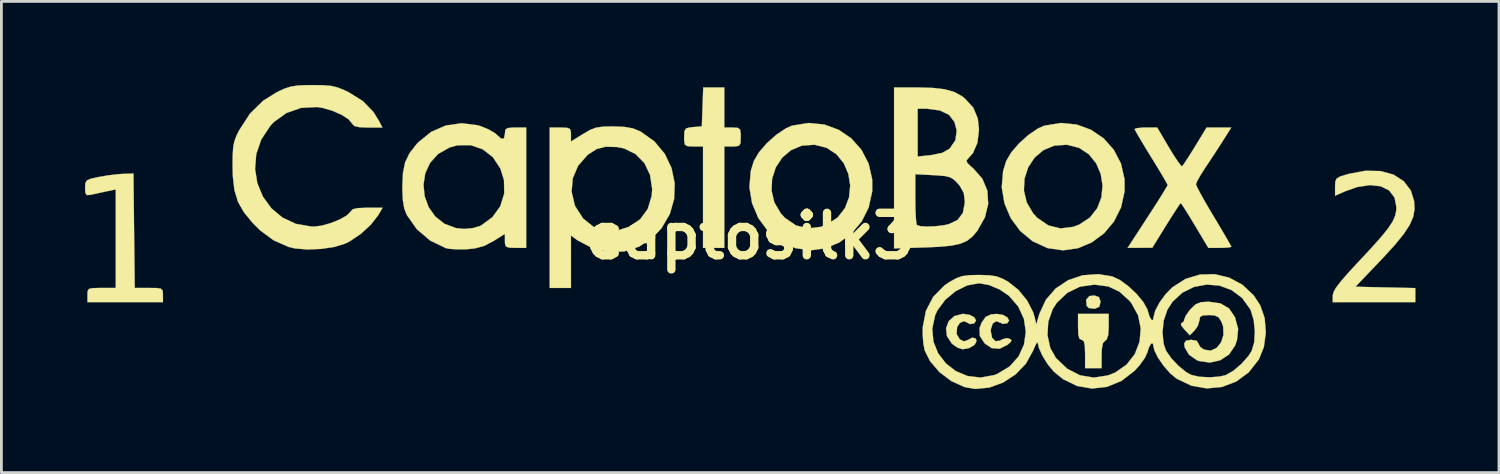
<source format=kicad_pcb>
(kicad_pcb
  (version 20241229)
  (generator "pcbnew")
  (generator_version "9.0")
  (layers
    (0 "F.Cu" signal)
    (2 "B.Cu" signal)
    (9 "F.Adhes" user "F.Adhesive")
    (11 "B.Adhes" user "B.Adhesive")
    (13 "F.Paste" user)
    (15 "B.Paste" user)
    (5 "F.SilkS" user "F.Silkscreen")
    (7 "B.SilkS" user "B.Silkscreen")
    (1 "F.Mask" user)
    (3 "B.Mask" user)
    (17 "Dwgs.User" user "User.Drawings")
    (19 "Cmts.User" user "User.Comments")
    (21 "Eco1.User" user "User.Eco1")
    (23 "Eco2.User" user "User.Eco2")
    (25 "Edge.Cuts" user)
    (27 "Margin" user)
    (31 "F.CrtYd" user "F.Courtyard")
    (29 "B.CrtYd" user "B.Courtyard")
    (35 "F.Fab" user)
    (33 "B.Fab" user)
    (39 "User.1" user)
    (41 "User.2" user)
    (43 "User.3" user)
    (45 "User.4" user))
  (footprint "captosilk3"
    (layer "F.Cu")
    (at 23.881 5.424)
    (property "Reference" "captosilk3" (at 0 0 0) (layer "F.SilkS") (effects (font (size 1.524 1.524) (thickness 0.3))))
    (attr through_hole)
    (fp_poly (pts (xy 12.52 2.191) (xy 12.572 2.34) (xy 12.573 2.371) (xy 12.533 2.537) (xy 12.383 2.604) (xy 12.351 2.608) (xy 12.15 2.582) (xy 12.078 2.502) (xy 12.06 2.288) (xy 12.174 2.156) (xy 12.351 2.133) (xy 12.52 2.191)) (stroke (width 0.01) (type solid)) (fill yes) (layer "F.SilkS"))
    (fp_poly (pts (xy 12.869 3.251) (xy 12.852 3.552) (xy 12.796 3.715) (xy 12.742 3.756) (xy 12.661 3.847) (xy 12.622 4.059) (xy 12.615 4.273) (xy 12.615 4.741) (xy 12.023 4.741) (xy 12.023 4.233) (xy 12.013 3.938) (xy 11.978 3.78) (xy 11.911 3.726) (xy 11.896 3.725) (xy 11.819 3.684) (xy 11.78 3.537) (xy 11.769 3.26) (xy 11.769 2.794) (xy 12.869 2.794) (xy 12.869 3.251)) (stroke (width 0.01) (type solid)) (fill yes) (layer "F.SilkS"))
    (fp_poly (pts (xy -0.931 -3.895) (xy -0.635 -3.895) (xy -0.445 -3.884) (xy -0.361 -3.821) (xy -0.339 -3.656) (xy -0.339 -3.556) (xy -0.348 -3.339) (xy -0.403 -3.243) (xy -0.548 -3.218) (xy -0.635 -3.217) (xy -0.931 -3.217) (xy -0.931 0.423) (xy -1.693 0.423) (xy -1.693 -3.217) (xy -2.032 -3.217) (xy -2.249 -3.226) (xy -2.345 -3.282) (xy -2.37 -3.436) (xy -2.371 -3.551) (xy -2.36 -3.767) (xy -2.299 -3.866) (xy -2.138 -3.903) (xy -2.053 -3.911) (xy -1.736 -3.937) (xy -1.711 -4.636) (xy -1.686 -5.334) (xy -0.931 -5.334) (xy -0.931 -3.895)) (stroke (width 0.01) (type solid)) (fill yes) (layer "F.SilkS"))
    (fp_poly (pts (xy 9.077 2.832) (xy 9.233 2.922) (xy 9.293 3.034) (xy 9.226 3.134) (xy 9.059 3.152) (xy 9 3.118) (xy 8.835 3.056) (xy 8.706 3.139) (xy 8.639 3.345) (xy 8.636 3.417) (xy 8.683 3.653) (xy 8.804 3.774) (xy 8.969 3.757) (xy 9.027 3.717) (xy 9.196 3.664) (xy 9.291 3.68) (xy 9.381 3.732) (xy 9.352 3.803) (xy 9.24 3.901) (xy 8.954 4.045) (xy 8.667 4.022) (xy 8.42 3.856) (xy 8.244 3.589) (xy 8.234 3.3) (xy 8.31 3.106) (xy 8.453 2.903) (xy 8.643 2.813) (xy 8.858 2.795) (xy 9.077 2.832)) (stroke (width 0.01) (type solid)) (fill yes) (layer "F.SilkS"))
    (fp_poly (pts (xy 7.88 2.83) (xy 8.043 2.918) (xy 8.108 3.029) (xy 8.042 3.134) (xy 8.039 3.136) (xy 7.887 3.16) (xy 7.837 3.129) (xy 7.678 3.055) (xy 7.53 3.113) (xy 7.429 3.268) (xy 7.41 3.483) (xy 7.421 3.536) (xy 7.523 3.708) (xy 7.677 3.78) (xy 7.82 3.728) (xy 7.968 3.647) (xy 8.091 3.674) (xy 8.128 3.765) (xy 8.053 3.907) (xy 7.866 4.018) (xy 7.626 4.064) (xy 7.622 4.064) (xy 7.441 4.006) (xy 7.246 3.867) (xy 7.235 3.856) (xy 7.063 3.589) (xy 7.032 3.308) (xy 7.127 3.056) (xy 7.332 2.871) (xy 7.63 2.794) (xy 7.652 2.794) (xy 7.88 2.83)) (stroke (width 0.01) (type solid)) (fill yes) (layer "F.SilkS"))
    (fp_poly (pts (xy -22.118 -0.191) (xy -22.095 1.863) (xy -21.588 1.863) (xy -21.308 1.866) (xy -21.157 1.889) (xy -21.095 1.953) (xy -21.082 2.077) (xy -21.082 2.117) (xy -21.082 2.371) (xy -23.791 2.371) (xy -23.791 2.117) (xy -23.785 1.976) (xy -23.738 1.9) (xy -23.612 1.869) (xy -23.366 1.863) (xy -23.283 1.863) (xy -22.775 1.863) (xy -22.775 -1.675) (xy -23.135 -1.599) (xy -23.409 -1.54) (xy -23.642 -1.489) (xy -23.686 -1.479) (xy -23.814 -1.47) (xy -23.867 -1.552) (xy -23.876 -1.728) (xy -23.868 -1.894) (xy -23.816 -1.992) (xy -23.682 -2.054) (xy -23.424 -2.114) (xy -23.398 -2.119) (xy -23.046 -2.179) (xy -22.687 -2.221) (xy -22.531 -2.231) (xy -22.14 -2.244) (xy -22.118 -0.191)) (stroke (width 0.01) (type solid)) (fill yes) (layer "F.SilkS"))
    (fp_poly (pts (xy 22.629 -2.333) (xy 23.092 -2.206) (xy 23.459 -1.971) (xy 23.715 -1.636) (xy 23.834 -1.253) (xy 23.85 -0.97) (xy 23.802 -0.694) (xy 23.676 -0.403) (xy 23.46 -0.073) (xy 23.142 0.318) (xy 22.708 0.792) (xy 22.637 0.866) (xy 21.726 1.82) (xy 23.876 1.868) (xy 23.876 2.371) (xy 20.913 2.371) (xy 20.913 2.137) (xy 20.939 2.019) (xy 21.026 1.861) (xy 21.19 1.644) (xy 21.442 1.351) (xy 21.799 0.964) (xy 21.923 0.832) (xy 22.354 0.368) (xy 22.678 0.003) (xy 22.909 -0.287) (xy 23.063 -0.522) (xy 23.152 -0.722) (xy 23.192 -0.909) (xy 23.199 -1.035) (xy 23.13 -1.385) (xy 22.937 -1.637) (xy 22.637 -1.787) (xy 22.248 -1.83) (xy 21.788 -1.759) (xy 21.357 -1.607) (xy 20.997 -1.449) (xy 20.997 -1.772) (xy 21.004 -1.952) (xy 21.05 -2.061) (xy 21.174 -2.136) (xy 21.413 -2.211) (xy 21.49 -2.233) (xy 22.089 -2.344) (xy 22.629 -2.333)) (stroke (width 0.01) (type solid)) (fill yes) (layer "F.SilkS"))
    (fp_poly (pts (xy 16.877 2.416) (xy 17.189 2.598) (xy 17.4 2.91) (xy 17.406 2.925) (xy 17.516 3.337) (xy 17.476 3.733) (xy 17.406 3.933) (xy 17.19 4.249) (xy 16.874 4.458) (xy 16.501 4.542) (xy 16.115 4.486) (xy 16.03 4.453) (xy 15.753 4.259) (xy 15.6 4.001) (xy 15.579 3.858) (xy 15.646 3.755) (xy 15.833 3.725) (xy 16.033 3.762) (xy 16.087 3.854) (xy 16.156 3.982) (xy 16.295 4.078) (xy 16.536 4.113) (xy 16.747 4.013) (xy 16.905 3.814) (xy 16.99 3.549) (xy 16.98 3.254) (xy 16.919 3.076) (xy 16.815 2.916) (xy 16.666 2.848) (xy 16.467 2.836) (xy 16.247 2.849) (xy 16.15 2.906) (xy 16.127 3.027) (xy 16.067 3.228) (xy 15.953 3.389) (xy 15.781 3.56) (xy 15.581 3.346) (xy 15.474 3.207) (xy 15.466 3.135) (xy 15.479 3.133) (xy 15.568 3.064) (xy 15.579 3.007) (xy 15.632 2.868) (xy 15.764 2.677) (xy 15.813 2.619) (xy 15.991 2.452) (xy 16.176 2.375) (xy 16.45 2.357) (xy 16.452 2.357) (xy 16.877 2.416)) (stroke (width 0.01) (type solid)) (fill yes) (layer "F.SilkS"))
    (fp_poly (pts (xy 2.658 -4.004) (xy 3.177 -3.814) (xy 3.63 -3.505) (xy 3.995 -3.094) (xy 4.251 -2.6) (xy 4.379 -2.038) (xy 4.38 -1.603) (xy 4.254 -1.03) (xy 4 -0.522) (xy 3.641 -0.097) (xy 3.202 0.228) (xy 2.704 0.437) (xy 2.173 0.512) (xy 1.63 0.435) (xy 1.608 0.429) (xy 1.075 0.183) (xy 0.631 -0.185) (xy 0.291 -0.649) (xy 0.067 -1.18) (xy -0.009 -1.634) (xy 0.766 -1.634) (xy 0.866 -1.209) (xy 1.097 -0.814) (xy 1.247 -0.652) (xy 1.644 -0.381) (xy 2.078 -0.274) (xy 2.54 -0.332) (xy 2.76 -0.415) (xy 3.14 -0.667) (xy 3.402 -1.004) (xy 3.55 -1.395) (xy 3.59 -1.813) (xy 3.525 -2.228) (xy 3.36 -2.612) (xy 3.1 -2.934) (xy 2.749 -3.166) (xy 2.313 -3.278) (xy 1.855 -3.247) (xy 1.462 -3.082) (xy 1.146 -2.812) (xy 0.917 -2.462) (xy 0.787 -2.06) (xy 0.766 -1.634) (xy -0.009 -1.634) (xy -0.028 -1.75) (xy 0.02 -2.331) (xy 0.13 -2.691) (xy 0.312 -3.003) (xy 0.598 -3.333) (xy 0.938 -3.637) (xy 1.283 -3.868) (xy 1.501 -3.962) (xy 2.092 -4.059) (xy 2.658 -4.004)) (stroke (width 0.01) (type solid)) (fill yes) (layer "F.SilkS"))
    (fp_poly (pts (xy 11.717 -4.004) (xy 12.236 -3.814) (xy 12.689 -3.505) (xy 13.054 -3.094) (xy 13.311 -2.6) (xy 13.438 -2.038) (xy 13.439 -1.603) (xy 13.313 -1.03) (xy 13.059 -0.522) (xy 12.701 -0.097) (xy 12.261 0.228) (xy 11.764 0.437) (xy 11.232 0.512) (xy 10.689 0.435) (xy 10.667 0.429) (xy 10.134 0.183) (xy 9.691 -0.185) (xy 9.35 -0.649) (xy 9.126 -1.18) (xy 9.051 -1.634) (xy 9.826 -1.634) (xy 9.925 -1.209) (xy 10.157 -0.814) (xy 10.307 -0.652) (xy 10.704 -0.381) (xy 11.138 -0.274) (xy 11.6 -0.332) (xy 11.819 -0.415) (xy 12.199 -0.667) (xy 12.461 -1.004) (xy 12.609 -1.395) (xy 12.649 -1.813) (xy 12.584 -2.228) (xy 12.419 -2.612) (xy 12.159 -2.934) (xy 11.809 -3.166) (xy 11.373 -3.278) (xy 10.915 -3.247) (xy 10.522 -3.082) (xy 10.206 -2.812) (xy 9.977 -2.462) (xy 9.847 -2.06) (xy 9.826 -1.634) (xy 9.051 -1.634) (xy 9.031 -1.75) (xy 9.079 -2.331) (xy 9.189 -2.691) (xy 9.372 -3.003) (xy 9.658 -3.333) (xy 9.998 -3.637) (xy 10.342 -3.868) (xy 10.56 -3.962) (xy 11.151 -4.059) (xy 11.717 -4.004)) (stroke (width 0.01) (type solid)) (fill yes) (layer "F.SilkS"))
    (fp_poly (pts (xy -4.918 -3.935) (xy -4.51 -3.918) (xy -4.209 -3.864) (xy -3.953 -3.76) (xy -3.937 -3.752) (xy -3.441 -3.399) (xy -3.069 -2.955) (xy -2.825 -2.445) (xy -2.711 -1.897) (xy -2.73 -1.336) (xy -2.886 -0.79) (xy -3.182 -0.284) (xy -3.501 0.055) (xy -3.989 0.38) (xy -4.528 0.553) (xy -5.093 0.573) (xy -5.658 0.439) (xy -6.199 0.152) (xy -6.244 0.119) (xy -6.435 -0.021) (xy -6.435 1.863) (xy -7.197 1.863) (xy -7.197 -1.595) (xy -6.412 -1.595) (xy -6.3 -1.115) (xy -6.275 -1.058) (xy -5.998 -0.629) (xy -5.635 -0.339) (xy -5.208 -0.196) (xy -4.738 -0.208) (xy -4.345 -0.334) (xy -3.951 -0.6) (xy -3.677 -0.976) (xy -3.536 -1.438) (xy -3.519 -1.685) (xy -3.594 -2.194) (xy -3.798 -2.621) (xy -4.117 -2.945) (xy -4.531 -3.147) (xy -4.779 -3.196) (xy -5.187 -3.208) (xy -5.51 -3.126) (xy -5.814 -2.931) (xy -5.848 -2.903) (xy -6.178 -2.524) (xy -6.369 -2.076) (xy -6.412 -1.595) (xy -7.197 -1.595) (xy -7.197 -3.895) (xy -6.816 -3.895) (xy -6.581 -3.887) (xy -6.47 -3.845) (xy -6.437 -3.737) (xy -6.435 -3.644) (xy -6.435 -3.394) (xy -5.998 -3.665) (xy -5.749 -3.809) (xy -5.536 -3.89) (xy -5.292 -3.927) (xy -4.951 -3.935) (xy -4.918 -3.935)) (stroke (width 0.01) (type solid)) (fill yes) (layer "F.SilkS"))
    (fp_poly (pts (xy 15.031 -3.183) (xy 15.214 -2.884) (xy 15.368 -2.654) (xy 15.472 -2.522) (xy 15.503 -2.503) (xy 15.567 -2.585) (xy 15.696 -2.779) (xy 15.867 -3.05) (xy 15.969 -3.215) (xy 16.383 -3.895) (xy 17.27 -3.895) (xy 16.961 -3.408) (xy 16.735 -3.057) (xy 16.482 -2.671) (xy 16.327 -2.439) (xy 16.163 -2.182) (xy 16.046 -1.974) (xy 16.002 -1.858) (xy 16.044 -1.754) (xy 16.159 -1.534) (xy 16.331 -1.226) (xy 16.545 -0.86) (xy 16.637 -0.706) (xy 16.862 -0.33) (xy 17.052 -0.008) (xy 17.191 0.233) (xy 17.265 0.367) (xy 17.272 0.386) (xy 17.196 0.407) (xy 17.002 0.421) (xy 16.859 0.423) (xy 16.446 0.423) (xy 15.966 -0.381) (xy 15.771 -0.704) (xy 15.608 -0.965) (xy 15.497 -1.135) (xy 15.457 -1.185) (xy 15.403 -1.118) (xy 15.281 -0.935) (xy 15.108 -0.666) (xy 14.931 -0.384) (xy 14.436 0.418) (xy 13.993 0.421) (xy 13.55 0.423) (xy 14.268 -0.68) (xy 14.515 -1.062) (xy 14.725 -1.393) (xy 14.882 -1.648) (xy 14.972 -1.8) (xy 14.986 -1.832) (xy 14.944 -1.918) (xy 14.828 -2.12) (xy 14.656 -2.408) (xy 14.443 -2.756) (xy 14.393 -2.836) (xy 14.174 -3.193) (xy 13.992 -3.498) (xy 13.862 -3.721) (xy 13.803 -3.835) (xy 13.801 -3.843) (xy 13.877 -3.873) (xy 14.07 -3.892) (xy 14.206 -3.895) (xy 14.611 -3.895) (xy 15.031 -3.183)) (stroke (width 0.01) (type solid)) (fill yes) (layer "F.SilkS"))
    (fp_poly (pts (xy -9.781 -3.977) (xy -9.674 -3.944) (xy -9.398 -3.831) (xy -9.173 -3.701) (xy -9.099 -3.637) (xy -8.935 -3.494) (xy -8.838 -3.506) (xy -8.805 -3.672) (xy -8.805 -3.683) (xy -8.79 -3.814) (xy -8.712 -3.875) (xy -8.527 -3.894) (xy -8.424 -3.895) (xy -8.043 -3.895) (xy -8.043 0.423) (xy -8.424 0.423) (xy -8.659 0.416) (xy -8.77 0.373) (xy -8.803 0.266) (xy -8.805 0.173) (xy -8.805 -0.078) (xy -9.223 0.182) (xy -9.554 0.355) (xy -9.887 0.444) (xy -10.176 0.473) (xy -10.496 0.478) (xy -10.776 0.461) (xy -10.923 0.434) (xy -11.489 0.161) (xy -11.968 -0.247) (xy -12.33 -0.762) (xy -12.419 -0.99) (xy -12.469 -1.285) (xy -12.487 -1.694) (xy -12.487 -1.778) (xy -12.484 -1.842) (xy -11.729 -1.842) (xy -11.687 -1.429) (xy -11.545 -1.04) (xy -11.307 -0.701) (xy -10.978 -0.441) (xy -10.565 -0.286) (xy -10.262 -0.256) (xy -9.972 -0.283) (xy -9.714 -0.353) (xy -9.669 -0.373) (xy -9.254 -0.677) (xy -8.971 -1.07) (xy -8.83 -1.524) (xy -8.839 -2.013) (xy -8.967 -2.423) (xy -9.237 -2.831) (xy -9.603 -3.115) (xy -10.034 -3.262) (xy -10.503 -3.26) (xy -10.793 -3.18) (xy -11.203 -2.948) (xy -11.492 -2.629) (xy -11.666 -2.251) (xy -11.729 -1.842) (xy -12.484 -1.842) (xy -12.465 -2.267) (xy -12.388 -2.646) (xy -12.233 -2.968) (xy -11.983 -3.291) (xy -11.907 -3.373) (xy -11.452 -3.74) (xy -10.923 -3.969) (xy -10.355 -4.05) (xy -9.781 -3.977)) (stroke (width 0.01) (type solid)) (fill yes) (layer "F.SilkS"))
    (fp_poly (pts (xy 5.99 -5.334) (xy 6.552 -5.318) (xy 6.981 -5.269) (xy 7.313 -5.176) (xy 7.582 -5.033) (xy 7.705 -4.94) (xy 8.009 -4.607) (xy 8.171 -4.219) (xy 8.213 -3.81) (xy 8.156 -3.346) (xy 7.994 -2.975) (xy 7.834 -2.796) (xy 7.766 -2.716) (xy 7.79 -2.629) (xy 7.926 -2.496) (xy 8.008 -2.427) (xy 8.334 -2.059) (xy 8.513 -1.628) (xy 8.544 -1.156) (xy 8.425 -0.67) (xy 8.154 -0.191) (xy 8.154 -0.19) (xy 7.978 0.018) (xy 7.784 0.17) (xy 7.543 0.275) (xy 7.222 0.344) (xy 6.791 0.385) (xy 6.287 0.407) (xy 5.165 0.443) (xy 5.165 -1.336) (xy 5.927 -1.336) (xy 5.932 -0.964) (xy 5.946 -0.658) (xy 5.966 -0.456) (xy 5.983 -0.395) (xy 6.112 -0.354) (xy 6.352 -0.341) (xy 6.649 -0.352) (xy 6.946 -0.387) (xy 7.131 -0.427) (xy 7.448 -0.58) (xy 7.636 -0.832) (xy 7.704 -1.199) (xy 7.705 -1.245) (xy 7.666 -1.549) (xy 7.526 -1.801) (xy 7.459 -1.88) (xy 7.321 -2.022) (xy 7.184 -2.107) (xy 6.999 -2.154) (xy 6.715 -2.179) (xy 6.57 -2.187) (xy 5.927 -2.22) (xy 5.927 -1.336) (xy 5.165 -1.336) (xy 5.165 -2.855) (xy 6.011 -2.855) (xy 6.487 -2.904) (xy 6.89 -2.985) (xy 7.154 -3.133) (xy 7.16 -3.138) (xy 7.366 -3.436) (xy 7.414 -3.785) (xy 7.335 -4.092) (xy 7.139 -4.351) (xy 6.809 -4.51) (xy 6.343 -4.571) (xy 6.287 -4.572) (xy 6.011 -4.572) (xy 6.011 -2.855) (xy 5.165 -2.855) (xy 5.165 -5.334) (xy 5.99 -5.334)) (stroke (width 0.01) (type solid)) (fill yes) (layer "F.SilkS"))
    (fp_poly (pts (xy -15.313 -5.413) (xy -15.029 -5.387) (xy -14.794 -5.329) (xy -14.548 -5.227) (xy -14.41 -5.16) (xy -13.901 -4.842) (xy -13.524 -4.452) (xy -13.33 -4.139) (xy -13.204 -3.895) (xy -13.716 -3.895) (xy -14.03 -3.908) (xy -14.208 -3.951) (xy -14.279 -4.024) (xy -14.415 -4.19) (xy -14.673 -4.356) (xy -15.004 -4.501) (xy -15.361 -4.603) (xy -15.561 -4.632) (xy -16.124 -4.602) (xy -16.649 -4.418) (xy -17.102 -4.092) (xy -17.229 -3.957) (xy -17.553 -3.466) (xy -17.732 -2.944) (xy -17.775 -2.412) (xy -17.693 -1.896) (xy -17.495 -1.417) (xy -17.192 -0.999) (xy -16.794 -0.665) (xy -16.31 -0.438) (xy -15.752 -0.341) (xy -15.654 -0.339) (xy -15.375 -0.375) (xy -15.056 -0.466) (xy -14.745 -0.592) (xy -14.494 -0.732) (xy -14.35 -0.866) (xy -14.341 -0.886) (xy -14.265 -0.962) (xy -14.089 -1.003) (xy -13.782 -1.016) (xy -13.744 -1.016) (xy -13.198 -1.016) (xy -13.351 -0.754) (xy -13.618 -0.408) (xy -13.986 -0.073) (xy -14.393 0.199) (xy -14.542 0.272) (xy -14.926 0.39) (xy -15.398 0.461) (xy -15.891 0.481) (xy -16.338 0.445) (xy -16.567 0.392) (xy -17.107 0.153) (xy -17.588 -0.2) (xy -17.859 -0.469) (xy -18.175 -0.854) (xy -18.388 -1.231) (xy -18.515 -1.647) (xy -18.573 -2.152) (xy -18.581 -2.498) (xy -18.578 -2.903) (xy -18.559 -3.19) (xy -18.515 -3.41) (xy -18.438 -3.614) (xy -18.348 -3.792) (xy -17.959 -4.392) (xy -17.488 -4.855) (xy -16.997 -5.162) (xy -16.727 -5.288) (xy -16.495 -5.364) (xy -16.241 -5.404) (xy -15.906 -5.418) (xy -15.706 -5.419) (xy -15.313 -5.413)) (stroke (width 0.01) (type solid)) (fill yes) (layer "F.SilkS"))
    (fp_poly (pts (xy 12.996 1.449) (xy 13.273 1.578) (xy 13.579 1.802) (xy 13.873 2.08) (xy 14.114 2.371) (xy 14.259 2.634) (xy 14.277 2.698) (xy 14.336 2.894) (xy 14.405 3.009) (xy 14.461 3.016) (xy 14.478 2.923) (xy 14.538 2.682) (xy 14.695 2.385) (xy 14.917 2.082) (xy 15.152 1.843) (xy 15.627 1.539) (xy 16.144 1.383) (xy 16.675 1.369) (xy 17.192 1.492) (xy 17.667 1.746) (xy 18.071 2.125) (xy 18.31 2.486) (xy 18.468 2.947) (xy 18.51 3.468) (xy 18.439 3.986) (xy 18.261 4.427) (xy 17.899 4.89) (xy 17.449 5.222) (xy 16.938 5.417) (xy 16.393 5.469) (xy 15.841 5.372) (xy 15.309 5.12) (xy 15.299 5.113) (xy 15.068 4.918) (xy 14.836 4.652) (xy 14.638 4.364) (xy 14.509 4.102) (xy 14.478 3.958) (xy 14.451 3.844) (xy 14.388 3.865) (xy 14.314 3.995) (xy 14.263 4.163) (xy 14.167 4.375) (xy 13.978 4.639) (xy 13.8 4.835) (xy 13.328 5.2) (xy 12.81 5.413) (xy 12.272 5.474) (xy 11.738 5.383) (xy 11.233 5.138) (xy 10.891 4.857) (xy 10.68 4.601) (xy 10.493 4.3) (xy 10.364 4.014) (xy 10.325 3.835) (xy 10.297 3.821) (xy 10.228 3.941) (xy 10.153 4.119) (xy 9.896 4.581) (xy 9.526 4.966) (xy 9.079 5.258) (xy 8.587 5.438) (xy 8.084 5.488) (xy 7.704 5.424) (xy 7.225 5.209) (xy 6.796 4.886) (xy 6.459 4.494) (xy 6.266 4.109) (xy 6.215 3.848) (xy 6.191 3.507) (xy 6.195 3.325) (xy 6.535 3.325) (xy 6.577 3.788) (xy 6.747 4.21) (xy 7.022 4.57) (xy 7.381 4.848) (xy 7.804 5.025) (xy 8.269 5.08) (xy 8.754 4.993) (xy 8.87 4.949) (xy 9.312 4.683) (xy 9.633 4.324) (xy 9.828 3.899) (xy 9.877 3.561) (xy 10.672 3.561) (xy 10.773 4.02) (xy 10.976 4.378) (xy 11.381 4.764) (xy 11.843 5) (xy 12.339 5.081) (xy 12.849 5.002) (xy 13.099 4.902) (xy 13.512 4.616) (xy 13.808 4.235) (xy 13.979 3.791) (xy 14.008 3.463) (xy 14.8 3.463) (xy 14.843 3.873) (xy 14.929 4.118) (xy 15.116 4.388) (xy 15.377 4.663) (xy 15.654 4.886) (xy 15.833 4.985) (xy 16.128 5.052) (xy 16.5 5.071) (xy 16.862 5.043) (xy 17.076 4.99) (xy 17.345 4.836) (xy 17.635 4.589) (xy 17.886 4.306) (xy 17.999 4.132) (xy 18.093 3.82) (xy 18.117 3.425) (xy 18.075 3.016) (xy 17.968 2.662) (xy 17.95 2.626) (xy 17.659 2.221) (xy 17.282 1.939) (xy 16.848 1.779) (xy 16.389 1.741) (xy 15.935 1.825) (xy 15.515 2.031) (xy 15.161 2.358) (xy 14.974 2.648) (xy 14.845 3.031) (xy 14.8 3.463) (xy 14.008 3.463) (xy 14.021 3.317) (xy 13.925 2.845) (xy 13.685 2.408) (xy 13.615 2.323) (xy 13.254 1.994) (xy 12.857 1.809) (xy 12.372 1.745) (xy 12.353 1.744) (xy 11.839 1.817) (xy 11.38 2.039) (xy 11.009 2.392) (xy 10.858 2.625) (xy 10.699 3.079) (xy 10.672 3.561) (xy 9.877 3.561) (xy 9.894 3.438) (xy 9.826 2.97) (xy 9.619 2.524) (xy 9.287 2.142) (xy 8.957 1.918) (xy 8.576 1.758) (xy 8.224 1.694) (xy 8.213 1.694) (xy 7.79 1.771) (xy 7.371 1.98) (xy 7 2.29) (xy 6.72 2.668) (xy 6.64 2.841) (xy 6.535 3.325) (xy 6.195 3.325) (xy 6.196 3.26) (xy 6.31 2.68) (xy 6.571 2.182) (xy 6.972 1.775) (xy 7.15 1.653) (xy 7.392 1.517) (xy 7.608 1.439) (xy 7.863 1.405) (xy 8.206 1.397) (xy 8.569 1.407) (xy 8.83 1.445) (xy 9.056 1.529) (xy 9.256 1.637) (xy 9.626 1.929) (xy 9.942 2.316) (xy 10.159 2.738) (xy 10.209 2.909) (xy 10.268 3.175) (xy 10.381 2.794) (xy 10.612 2.29) (xy 10.965 1.883) (xy 11.414 1.584) (xy 11.935 1.408) (xy 12.501 1.368) (xy 12.996 1.449)) (stroke (width 0.01) (type solid)) (fill yes) (layer "F.SilkS")))
  (gr_rect
    (start -3 -3)
    (end 50.762 13.916)
    (stroke (width 0.1) (type default))
    (fill no)
    (layer "Edge.Cuts")))
</source>
